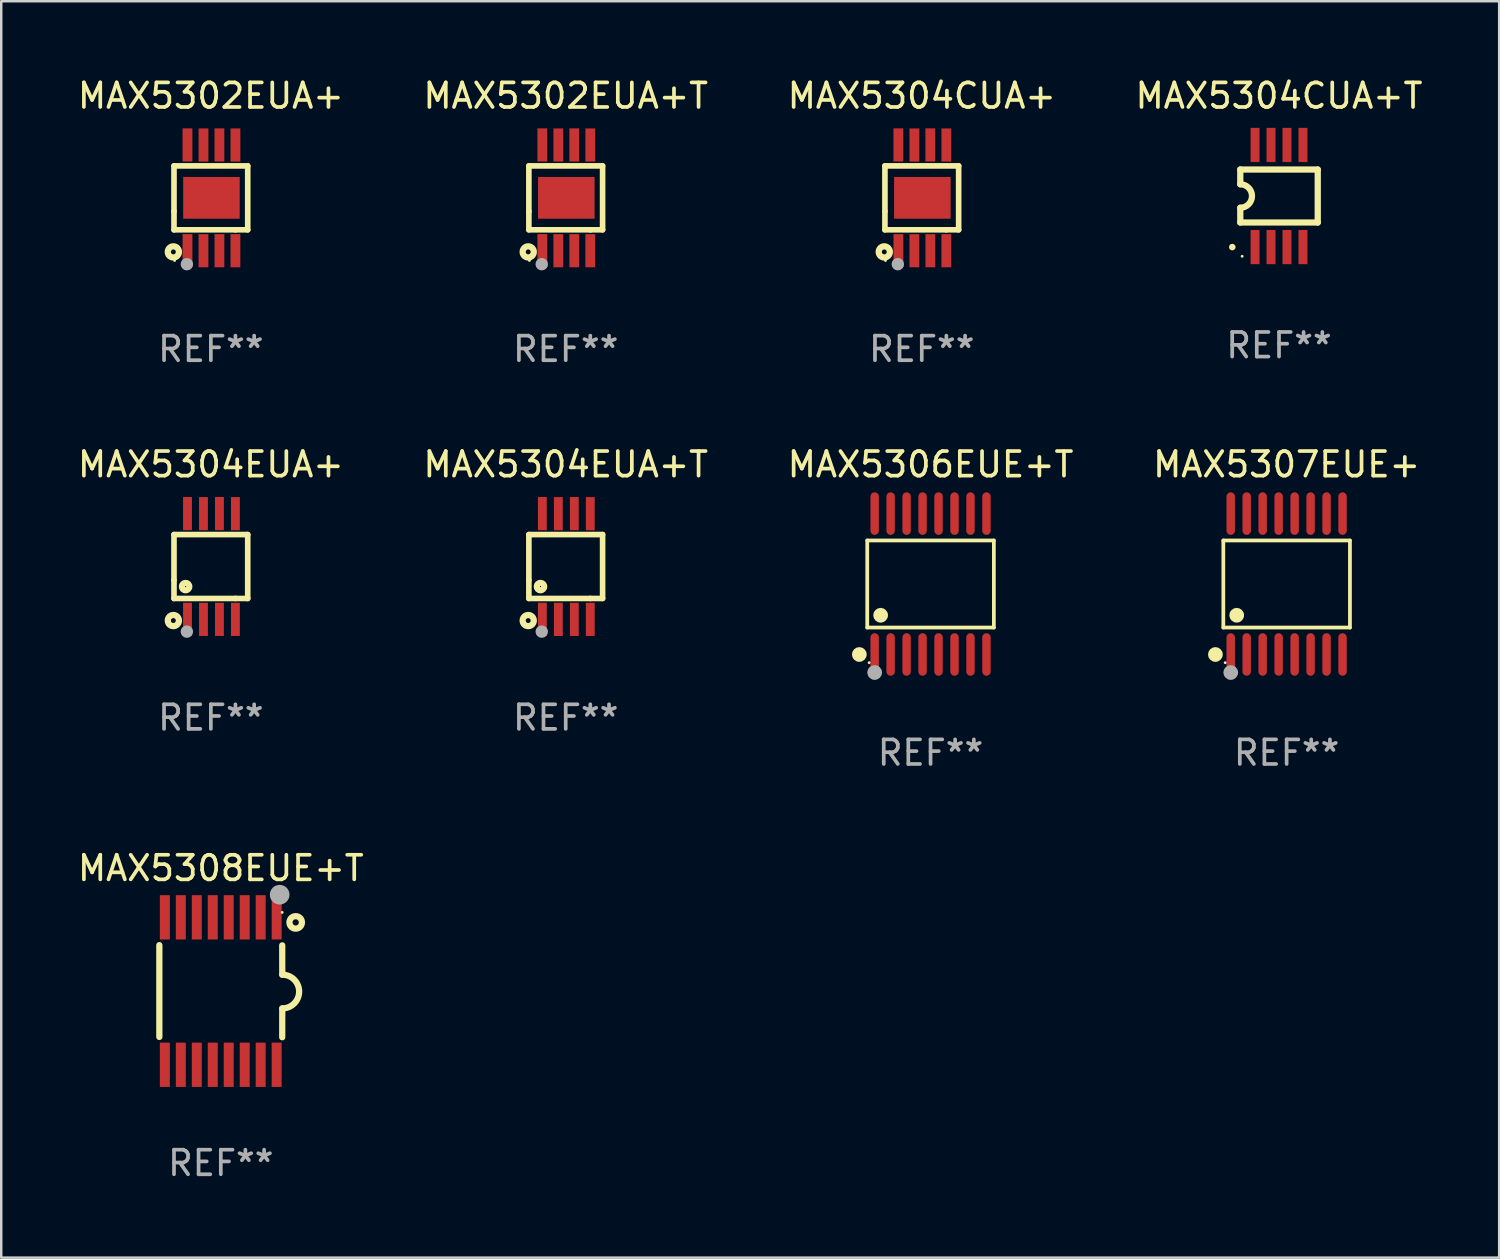
<source format=kicad_pcb>
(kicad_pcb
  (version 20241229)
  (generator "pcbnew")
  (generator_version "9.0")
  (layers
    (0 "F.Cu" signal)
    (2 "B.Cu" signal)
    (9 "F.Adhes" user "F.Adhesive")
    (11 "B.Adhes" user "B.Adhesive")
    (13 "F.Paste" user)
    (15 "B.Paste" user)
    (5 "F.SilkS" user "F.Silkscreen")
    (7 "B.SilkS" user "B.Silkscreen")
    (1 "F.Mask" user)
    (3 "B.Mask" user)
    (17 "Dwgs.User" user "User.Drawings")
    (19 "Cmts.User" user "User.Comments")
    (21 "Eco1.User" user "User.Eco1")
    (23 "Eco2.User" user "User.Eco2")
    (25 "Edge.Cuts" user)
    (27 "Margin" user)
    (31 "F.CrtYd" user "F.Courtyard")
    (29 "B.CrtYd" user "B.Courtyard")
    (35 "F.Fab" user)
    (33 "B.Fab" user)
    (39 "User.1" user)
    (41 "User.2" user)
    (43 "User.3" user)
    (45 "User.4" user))
  (footprint "MAX5304EUA+T"
    (layer "F.Cu")
    (at 19.97 20.001)
    (property "Reference" "MAX5304EUA+T" (at 0 -4.152 0) (layer "F.SilkS") (effects (font (size 1 1) (thickness 0.15))))
    (attr through_hole)
    (fp_line (start -1.5 1.301) (end 1 1.301) (stroke (width 0.229) (type solid)) (layer "F.SilkS"))
    (fp_line (start -1.5 -1.299) (end -1.5 0.551) (stroke (width 0.229) (type solid)) (layer "F.SilkS"))
    (fp_line (start -1.5 0.551) (end -1.5 1.301) (stroke (width 0.229) (type solid)) (layer "F.SilkS"))
    (fp_line (start 1 1.301) (end 1.5 1.301) (stroke (width 0.229) (type solid)) (layer "F.SilkS"))
    (fp_line (start 1.5 1.301) (end 1.5 -1.299) (stroke (width 0.229) (type solid)) (layer "F.SilkS"))
    (fp_line (start 1.5 -1.299) (end -1.5 -1.299) (stroke (width 0.229) (type solid)) (layer "F.SilkS"))
    (fp_circle (center -1.526 2.2) (end -1.426 2.2) (stroke (width 0.254) (type solid)) (fill no) (layer "F.SilkS"))
    (fp_circle (center -1.476 2.45) (end -1.446 2.45) (stroke (width 0.06) (type solid)) (fill no) (layer "F.SilkS"))
    (fp_circle (center -1.028 0.817) (end -0.878 0.817) (stroke (width 0.254) (type solid)) (fill no) (layer "F.SilkS"))
    (fp_circle (center -0.976 2.65) (end -0.849 2.65) (stroke (width 0.254) (type solid)) (fill no) (layer "F.Fab"))
    (fp_text user "REF**" (at 0 6.152 0) (layer "F.Fab") (effects (font (size 1 1) (thickness 0.15))))
    (pad "1" smd rect (at -0.951 2.15) (size 0.36 1.35) (layers "F.Cu" "F.Mask" "F.Paste"))
    (pad "2" smd rect (at -0.301 2.152) (size 0.36 1.35) (layers "F.Cu" "F.Mask" "F.Paste"))
    (pad "3" smd rect (at 0.349 2.151) (size 0.36 1.35) (layers "F.Cu" "F.Mask" "F.Paste"))
    (pad "4" smd rect (at 0.999 2.152) (size 0.36 1.35) (layers "F.Cu" "F.Mask" "F.Paste"))
    (pad "5" smd rect (at 0.999 -2.149) (size 0.36 1.35) (layers "F.Cu" "F.Mask" "F.Paste"))
    (pad "6" smd rect (at 0.349 -2.152) (size 0.36 1.35) (layers "F.Cu" "F.Mask" "F.Paste"))
    (pad "7" smd rect (at -0.301 -2.149) (size 0.36 1.35) (layers "F.Cu" "F.Mask" "F.Paste"))
    (pad "8" smd rect (at -0.951 -2.152) (size 0.36 1.35) (layers "F.Cu" "F.Mask" "F.Paste")))
  (footprint "MAX5308EUE+T"
    (layer "F.Cu")
    (at 5.935 37.277)
    (property "Reference" "MAX5308EUE+T" (at 0 -5 0) (layer "F.SilkS") (effects (font (size 1 1) (thickness 0.15))))
    (attr through_hole)
    (fp_line (start -2.501 -1.868) (end -2.501 1.868) (stroke (width 0.254) (type solid)) (layer "F.SilkS"))
    (fp_line (start 2.499 -1.86) (end 2.501 -0.666) (stroke (width 0.254) (type solid)) (layer "F.SilkS"))
    (fp_line (start 2.501 0.706) (end 2.499 1.88) (stroke (width 0.254) (type solid)) (layer "F.SilkS"))
    (fp_arc (start 2.501448 -0.665914) (mid 3.18725 0.019888) (end 2.501448 0.70569) (stroke (width 0.254001) (type solid)) (layer "F.SilkS"))
    (fp_circle (center 2.497 -3.2) (end 2.527 -3.2) (stroke (width 0.06) (type solid)) (fill no) (layer "F.SilkS"))
    (fp_circle (center 3.047 -2.794) (end 3.301 -2.794) (stroke (width 0.254) (type solid)) (fill no) (layer "F.SilkS"))
    (fp_circle (center 2.395 -3.921) (end 2.595 -3.921) (stroke (width 0.4) (type solid)) (fill no) (layer "F.Fab"))
    (fp_text user "REF**" (at 0 7 0) (layer "F.Fab") (effects (font (size 1 1) (thickness 0.15))))
    (pad "1" smd rect (at 2.272 -3 270) (size 1.803 0.406) (layers "F.Cu" "F.Mask" "F.Paste"))
    (pad "2" smd rect (at 1.622 -3 270) (size 1.803 0.406) (layers "F.Cu" "F.Mask" "F.Paste"))
    (pad "3" smd rect (at 0.972 -3 270) (size 1.803 0.406) (layers "F.Cu" "F.Mask" "F.Paste"))
    (pad "4" smd rect (at 0.322 -3 270) (size 1.803 0.406) (layers "F.Cu" "F.Mask" "F.Paste"))
    (pad "5" smd rect (at -0.328 -3 270) (size 1.803 0.406) (layers "F.Cu" "F.Mask" "F.Paste"))
    (pad "6" smd rect (at -0.978 -3 270) (size 1.803 0.406) (layers "F.Cu" "F.Mask" "F.Paste"))
    (pad "7" smd rect (at -1.628 -3 270) (size 1.803 0.406) (layers "F.Cu" "F.Mask" "F.Paste"))
    (pad "8" smd rect (at -2.278 -3 270) (size 1.803 0.406) (layers "F.Cu" "F.Mask" "F.Paste"))
    (pad "9" smd rect (at -2.278 3 270) (size 1.803 0.406) (layers "F.Cu" "F.Mask" "F.Paste"))
    (pad "10" smd rect (at -1.628 3 270) (size 1.803 0.406) (layers "F.Cu" "F.Mask" "F.Paste"))
    (pad "11" smd rect (at -0.978 3 270) (size 1.803 0.406) (layers "F.Cu" "F.Mask" "F.Paste"))
    (pad "12" smd rect (at -0.328 3 270) (size 1.803 0.406) (layers "F.Cu" "F.Mask" "F.Paste"))
    (pad "13" smd rect (at 0.322 3 270) (size 1.803 0.406) (layers "F.Cu" "F.Mask" "F.Paste"))
    (pad "14" smd rect (at 0.972 3 270) (size 1.803 0.406) (layers "F.Cu" "F.Mask" "F.Paste"))
    (pad "15" smd rect (at 1.622 3 270) (size 1.803 0.406) (layers "F.Cu" "F.Mask" "F.Paste"))
    (pad "16" smd rect (at 2.272 3 270) (size 1.803 0.406) (layers "F.Cu" "F.Mask" "F.Paste")))
  (footprint "MAX5302EUA+T"
    (layer "F.Cu")
    (at 19.97 5)
    (property "Reference" "MAX5302EUA+T" (at 0 -4.152 0) (layer "F.SilkS") (effects (font (size 1 1) (thickness 0.15))))
    (attr through_hole)
    (fp_line (start -1.5 1.301) (end 1 1.301) (stroke (width 0.229) (type solid)) (layer "F.SilkS"))
    (fp_line (start -1.5 -1.299) (end -1.5 0.551) (stroke (width 0.229) (type solid)) (layer "F.SilkS"))
    (fp_line (start -1.5 0.551) (end -1.5 1.301) (stroke (width 0.229) (type solid)) (layer "F.SilkS"))
    (fp_line (start 1 1.301) (end 1.5 1.301) (stroke (width 0.229) (type solid)) (layer "F.SilkS"))
    (fp_line (start 1.5 1.301) (end 1.5 -1.299) (stroke (width 0.229) (type solid)) (layer "F.SilkS"))
    (fp_line (start 1.5 -1.299) (end -1.5 -1.299) (stroke (width 0.229) (type solid)) (layer "F.SilkS"))
    (fp_circle (center -1.526 2.2) (end -1.426 2.2) (stroke (width 0.254) (type solid)) (fill no) (layer "F.SilkS"))
    (fp_circle (center -1.476 2.55) (end -1.446 2.55) (stroke (width 0.06) (type solid)) (fill no) (layer "F.SilkS"))
    (fp_circle (center -0.976 2.7) (end -0.849 2.7) (stroke (width 0.254) (type solid)) (fill no) (layer "F.Fab"))
    (fp_text user "REF**" (at 0 6.152 0) (layer "F.Fab") (effects (font (size 1 1) (thickness 0.15))))
    (pad "1" smd rect (at -0.951 2.15) (size 0.4 1.349) (layers "F.Cu" "F.Mask" "F.Paste"))
    (pad "2" smd rect (at -0.301 2.152) (size 0.4 1.349) (layers "F.Cu" "F.Mask" "F.Paste"))
    (pad "3" smd rect (at 0.349 2.151) (size 0.4 1.349) (layers "F.Cu" "F.Mask" "F.Paste"))
    (pad "4" smd rect (at 0.999 2.152) (size 0.4 1.349) (layers "F.Cu" "F.Mask" "F.Paste"))
    (pad "5" smd rect (at 1 -2.149) (size 0.4 1.349) (layers "F.Cu" "F.Mask" "F.Paste"))
    (pad "6" smd rect (at 0.348 -2.152) (size 0.4 1.349) (layers "F.Cu" "F.Mask" "F.Paste"))
    (pad "7" smd rect (at -0.3 -2.149) (size 0.4 1.349) (layers "F.Cu" "F.Mask" "F.Paste"))
    (pad "8" smd rect (at -0.952 -2.152) (size 0.4 1.349) (layers "F.Cu" "F.Mask" "F.Paste"))
    (pad "9" smd rect (at 0.024 0 90) (size 1.7 2.3) (layers "F.Cu" "F.Mask" "F.Paste")))
  (footprint "MAX5304EUA+"
    (layer "F.Cu")
    (at 5.53 20.001)
    (property "Reference" "MAX5304EUA+" (at 0 -4.152 0) (layer "F.SilkS") (effects (font (size 1 1) (thickness 0.15))))
    (attr through_hole)
    (fp_line (start -1.5 1.301) (end 1 1.301) (stroke (width 0.229) (type solid)) (layer "F.SilkS"))
    (fp_line (start -1.5 -1.299) (end -1.5 0.551) (stroke (width 0.229) (type solid)) (layer "F.SilkS"))
    (fp_line (start -1.5 0.551) (end -1.5 1.301) (stroke (width 0.229) (type solid)) (layer "F.SilkS"))
    (fp_line (start 1 1.301) (end 1.5 1.301) (stroke (width 0.229) (type solid)) (layer "F.SilkS"))
    (fp_line (start 1.5 1.301) (end 1.5 -1.299) (stroke (width 0.229) (type solid)) (layer "F.SilkS"))
    (fp_line (start 1.5 -1.299) (end -1.5 -1.299) (stroke (width 0.229) (type solid)) (layer "F.SilkS"))
    (fp_circle (center -1.526 2.2) (end -1.426 2.2) (stroke (width 0.254) (type solid)) (fill no) (layer "F.SilkS"))
    (fp_circle (center -1.476 2.45) (end -1.446 2.45) (stroke (width 0.06) (type solid)) (fill no) (layer "F.SilkS"))
    (fp_circle (center -1.028 0.817) (end -0.878 0.817) (stroke (width 0.254) (type solid)) (fill no) (layer "F.SilkS"))
    (fp_circle (center -0.976 2.65) (end -0.849 2.65) (stroke (width 0.254) (type solid)) (fill no) (layer "F.Fab"))
    (fp_text user "REF**" (at 0 6.152 0) (layer "F.Fab") (effects (font (size 1 1) (thickness 0.15))))
    (pad "1" smd rect (at -0.951 2.15) (size 0.36 1.35) (layers "F.Cu" "F.Mask" "F.Paste"))
    (pad "2" smd rect (at -0.301 2.152) (size 0.36 1.35) (layers "F.Cu" "F.Mask" "F.Paste"))
    (pad "3" smd rect (at 0.349 2.151) (size 0.36 1.35) (layers "F.Cu" "F.Mask" "F.Paste"))
    (pad "4" smd rect (at 0.999 2.152) (size 0.36 1.35) (layers "F.Cu" "F.Mask" "F.Paste"))
    (pad "5" smd rect (at 0.999 -2.149) (size 0.36 1.35) (layers "F.Cu" "F.Mask" "F.Paste"))
    (pad "6" smd rect (at 0.349 -2.152) (size 0.36 1.35) (layers "F.Cu" "F.Mask" "F.Paste"))
    (pad "7" smd rect (at -0.301 -2.149) (size 0.36 1.35) (layers "F.Cu" "F.Mask" "F.Paste"))
    (pad "8" smd rect (at -0.951 -2.152) (size 0.36 1.35) (layers "F.Cu" "F.Mask" "F.Paste")))
  (footprint "MAX5304CUA+"
    (layer "F.Cu")
    (at 34.458 5)
    (property "Reference" "MAX5304CUA+" (at 0 -4.152 0) (layer "F.SilkS") (effects (font (size 1 1) (thickness 0.15))))
    (attr through_hole)
    (fp_line (start -1.5 1.301) (end 1 1.301) (stroke (width 0.229) (type solid)) (layer "F.SilkS"))
    (fp_line (start -1.5 -1.299) (end -1.5 0.551) (stroke (width 0.229) (type solid)) (layer "F.SilkS"))
    (fp_line (start -1.5 0.551) (end -1.5 1.301) (stroke (width 0.229) (type solid)) (layer "F.SilkS"))
    (fp_line (start 1 1.301) (end 1.5 1.301) (stroke (width 0.229) (type solid)) (layer "F.SilkS"))
    (fp_line (start 1.5 1.301) (end 1.5 -1.299) (stroke (width 0.229) (type solid)) (layer "F.SilkS"))
    (fp_line (start 1.5 -1.299) (end -1.5 -1.299) (stroke (width 0.229) (type solid)) (layer "F.SilkS"))
    (fp_circle (center -1.526 2.2) (end -1.426 2.2) (stroke (width 0.254) (type solid)) (fill no) (layer "F.SilkS"))
    (fp_circle (center -1.476 2.55) (end -1.446 2.55) (stroke (width 0.06) (type solid)) (fill no) (layer "F.SilkS"))
    (fp_circle (center -0.976 2.7) (end -0.849 2.7) (stroke (width 0.254) (type solid)) (fill no) (layer "F.Fab"))
    (fp_text user "REF**" (at 0 6.152 0) (layer "F.Fab") (effects (font (size 1 1) (thickness 0.15))))
    (pad "1" smd rect (at -0.951 2.15) (size 0.4 1.349) (layers "F.Cu" "F.Mask" "F.Paste"))
    (pad "2" smd rect (at -0.301 2.152) (size 0.4 1.349) (layers "F.Cu" "F.Mask" "F.Paste"))
    (pad "3" smd rect (at 0.349 2.151) (size 0.4 1.349) (layers "F.Cu" "F.Mask" "F.Paste"))
    (pad "4" smd rect (at 0.999 2.152) (size 0.4 1.349) (layers "F.Cu" "F.Mask" "F.Paste"))
    (pad "5" smd rect (at 1 -2.149) (size 0.4 1.349) (layers "F.Cu" "F.Mask" "F.Paste"))
    (pad "6" smd rect (at 0.348 -2.152) (size 0.4 1.349) (layers "F.Cu" "F.Mask" "F.Paste"))
    (pad "7" smd rect (at -0.3 -2.149) (size 0.4 1.349) (layers "F.Cu" "F.Mask" "F.Paste"))
    (pad "8" smd rect (at -0.952 -2.152) (size 0.4 1.349) (layers "F.Cu" "F.Mask" "F.Paste"))
    (pad "9" smd rect (at 0.024 0 90) (size 1.7 2.3) (layers "F.Cu" "F.Mask" "F.Paste")))
  (footprint "MAX5307EUE+"
    (layer "F.Cu")
    (at 49.304 20.715)
    (property "Reference" "MAX5307EUE+" (at 0 -4.866 0) (layer "F.SilkS") (effects (font (size 1 1) (thickness 0.15))))
    (attr through_hole)
    (fp_line (start -2.576 -1.772) (end 2.576 -1.772) (stroke (width 0.152) (type solid)) (layer "F.SilkS"))
    (fp_line (start -2.576 1.771) (end -2.576 -1.772) (stroke (width 0.152) (type solid)) (layer "F.SilkS"))
    (fp_line (start 2.576 -1.772) (end 2.576 1.771) (stroke (width 0.152) (type solid)) (layer "F.SilkS"))
    (fp_line (start 2.576 1.771) (end -2.576 1.771) (stroke (width 0.152) (type solid)) (layer "F.SilkS"))
    (fp_circle (center -2.899 2.866) (end -2.749 2.866) (stroke (width 0.3) (type solid)) (fill no) (layer "F.SilkS"))
    (fp_circle (center -2.5 3.2) (end -2.47 3.2) (stroke (width 0.06) (type solid)) (fill no) (layer "F.SilkS"))
    (fp_circle (center -2.032 1.27) (end -1.882 1.27) (stroke (width 0.3) (type solid)) (fill no) (layer "F.SilkS"))
    (fp_circle (center -2.275 3.6) (end -2.125 3.6) (stroke (width 0.3) (type solid)) (fill no) (layer "F.Fab"))
    (fp_text user "REF**" (at 0 6.866 0) (layer "F.Fab") (effects (font (size 1 1) (thickness 0.15))))
    (pad "1" smd oval (at -2.275 2.866) (size 0.343 1.731) (layers "F.Cu" "F.Mask" "F.Paste"))
    (pad "2" smd oval (at -1.625 2.866) (size 0.343 1.731) (layers "F.Cu" "F.Mask" "F.Paste"))
    (pad "3" smd oval (at -0.975 2.866) (size 0.343 1.731) (layers "F.Cu" "F.Mask" "F.Paste"))
    (pad "4" smd oval (at -0.325 2.866) (size 0.343 1.731) (layers "F.Cu" "F.Mask" "F.Paste"))
    (pad "5" smd oval (at 0.325 2.866) (size 0.343 1.731) (layers "F.Cu" "F.Mask" "F.Paste"))
    (pad "6" smd oval (at 0.975 2.866) (size 0.343 1.731) (layers "F.Cu" "F.Mask" "F.Paste"))
    (pad "7" smd oval (at 1.625 2.866) (size 0.343 1.731) (layers "F.Cu" "F.Mask" "F.Paste"))
    (pad "8" smd oval (at 2.275 2.866) (size 0.343 1.731) (layers "F.Cu" "F.Mask" "F.Paste"))
    (pad "9" smd oval (at 2.275 -2.866) (size 0.343 1.731) (layers "F.Cu" "F.Mask" "F.Paste"))
    (pad "10" smd oval (at 1.625 -2.866) (size 0.343 1.731) (layers "F.Cu" "F.Mask" "F.Paste"))
    (pad "11" smd oval (at 0.975 -2.866) (size 0.343 1.731) (layers "F.Cu" "F.Mask" "F.Paste"))
    (pad "12" smd oval (at 0.325 -2.866) (size 0.343 1.731) (layers "F.Cu" "F.Mask" "F.Paste"))
    (pad "13" smd oval (at -0.325 -2.866) (size 0.343 1.731) (layers "F.Cu" "F.Mask" "F.Paste"))
    (pad "14" smd oval (at -0.975 -2.866) (size 0.343 1.731) (layers "F.Cu" "F.Mask" "F.Paste"))
    (pad "15" smd oval (at -1.625 -2.866) (size 0.343 1.731) (layers "F.Cu" "F.Mask" "F.Paste"))
    (pad "16" smd oval (at -2.275 -2.866) (size 0.343 1.731) (layers "F.Cu" "F.Mask" "F.Paste")))
  (footprint "MAX5302EUA+"
    (layer "F.Cu")
    (at 5.53 5)
    (property "Reference" "MAX5302EUA+" (at 0 -4.152 0) (layer "F.SilkS") (effects (font (size 1 1) (thickness 0.15))))
    (attr through_hole)
    (fp_line (start -1.5 1.301) (end 1 1.301) (stroke (width 0.229) (type solid)) (layer "F.SilkS"))
    (fp_line (start -1.5 -1.299) (end -1.5 0.551) (stroke (width 0.229) (type solid)) (layer "F.SilkS"))
    (fp_line (start -1.5 0.551) (end -1.5 1.301) (stroke (width 0.229) (type solid)) (layer "F.SilkS"))
    (fp_line (start 1 1.301) (end 1.5 1.301) (stroke (width 0.229) (type solid)) (layer "F.SilkS"))
    (fp_line (start 1.5 1.301) (end 1.5 -1.299) (stroke (width 0.229) (type solid)) (layer "F.SilkS"))
    (fp_line (start 1.5 -1.299) (end -1.5 -1.299) (stroke (width 0.229) (type solid)) (layer "F.SilkS"))
    (fp_circle (center -1.526 2.2) (end -1.426 2.2) (stroke (width 0.254) (type solid)) (fill no) (layer "F.SilkS"))
    (fp_circle (center -1.476 2.55) (end -1.446 2.55) (stroke (width 0.06) (type solid)) (fill no) (layer "F.SilkS"))
    (fp_circle (center -0.976 2.7) (end -0.849 2.7) (stroke (width 0.254) (type solid)) (fill no) (layer "F.Fab"))
    (fp_text user "REF**" (at 0 6.152 0) (layer "F.Fab") (effects (font (size 1 1) (thickness 0.15))))
    (pad "1" smd rect (at -0.951 2.15) (size 0.4 1.349) (layers "F.Cu" "F.Mask" "F.Paste"))
    (pad "2" smd rect (at -0.301 2.152) (size 0.4 1.349) (layers "F.Cu" "F.Mask" "F.Paste"))
    (pad "3" smd rect (at 0.349 2.151) (size 0.4 1.349) (layers "F.Cu" "F.Mask" "F.Paste"))
    (pad "4" smd rect (at 0.999 2.152) (size 0.4 1.349) (layers "F.Cu" "F.Mask" "F.Paste"))
    (pad "5" smd rect (at 1 -2.149) (size 0.4 1.349) (layers "F.Cu" "F.Mask" "F.Paste"))
    (pad "6" smd rect (at 0.348 -2.152) (size 0.4 1.349) (layers "F.Cu" "F.Mask" "F.Paste"))
    (pad "7" smd rect (at -0.3 -2.149) (size 0.4 1.349) (layers "F.Cu" "F.Mask" "F.Paste"))
    (pad "8" smd rect (at -0.952 -2.152) (size 0.4 1.349) (layers "F.Cu" "F.Mask" "F.Paste"))
    (pad "9" smd rect (at 0.024 0 90) (size 1.7 2.3) (layers "F.Cu" "F.Mask" "F.Paste")))
  (footprint "MAX5304CUA+T"
    (layer "F.Cu")
    (at 48.994 4.926)
    (property "Reference" "MAX5304CUA+T" (at 0 -4.078 0) (layer "F.SilkS") (effects (font (size 1 1) (thickness 0.15))))
    (attr through_hole)
    (fp_line (start -1.576 -1.078) (end -1.576 -0.478) (stroke (width 0.254) (type solid)) (layer "F.SilkS"))
    (fp_line (start -1.576 -1.078) (end 1.576 -1.078) (stroke (width 0.254) (type solid)) (layer "F.SilkS"))
    (fp_line (start -1.576 1.078) (end -1.576 0.478) (stroke (width 0.254) (type solid)) (layer "F.SilkS"))
    (fp_line (start 1.576 -1.078) (end 1.576 1.078) (stroke (width 0.254) (type solid)) (layer "F.SilkS"))
    (fp_line (start 1.576 1.078) (end -1.576 1.078) (stroke (width 0.254) (type solid)) (layer "F.SilkS"))
    (fp_arc (start -1.577343 -0.47752) (mid -1.099721 -0.000481) (end -1.5762 0.477699) (stroke (width 0.254001) (type solid)) (layer "F.SilkS"))
    (fp_circle (center -1.901 2.078) (end -1.834 2.078) (stroke (width 0.134) (type solid)) (fill no) (layer "F.SilkS"))
    (fp_circle (center -1.5 2.452) (end -1.47 2.452) (stroke (width 0.06) (type solid)) (fill no) (layer "F.SilkS"))
    (fp_text user "REF**" (at 0 6.078 0) (layer "F.Fab") (effects (font (size 1 1) (thickness 0.15))))
    (pad "1" smd rect (at -0.975 2.078) (size 0.364 1.391) (layers "F.Cu" "F.Mask" "F.Paste"))
    (pad "2" smd rect (at -0.325 2.078) (size 0.364 1.391) (layers "F.Cu" "F.Mask" "F.Paste"))
    (pad "3" smd rect (at 0.325 2.078) (size 0.364 1.391) (layers "F.Cu" "F.Mask" "F.Paste"))
    (pad "4" smd rect (at 0.975 2.078) (size 0.364 1.391) (layers "F.Cu" "F.Mask" "F.Paste"))
    (pad "5" smd rect (at 0.975 -2.078) (size 0.364 1.391) (layers "F.Cu" "F.Mask" "F.Paste"))
    (pad "6" smd rect (at 0.325 -2.078) (size 0.364 1.391) (layers "F.Cu" "F.Mask" "F.Paste"))
    (pad "7" smd rect (at -0.325 -2.078) (size 0.364 1.391) (layers "F.Cu" "F.Mask" "F.Paste"))
    (pad "8" smd rect (at -0.975 -2.078) (size 0.364 1.391) (layers "F.Cu" "F.Mask" "F.Paste")))
  (footprint "MAX5306EUE+T"
    (layer "F.Cu")
    (at 34.815 20.715)
    (property "Reference" "MAX5306EUE+T" (at 0 -4.866 0) (layer "F.SilkS") (effects (font (size 1 1) (thickness 0.15))))
    (attr through_hole)
    (fp_line (start -2.576 -1.772) (end 2.576 -1.772) (stroke (width 0.152) (type solid)) (layer "F.SilkS"))
    (fp_line (start -2.576 1.771) (end -2.576 -1.772) (stroke (width 0.152) (type solid)) (layer "F.SilkS"))
    (fp_line (start 2.576 -1.772) (end 2.576 1.771) (stroke (width 0.152) (type solid)) (layer "F.SilkS"))
    (fp_line (start 2.576 1.771) (end -2.576 1.771) (stroke (width 0.152) (type solid)) (layer "F.SilkS"))
    (fp_circle (center -2.899 2.866) (end -2.749 2.866) (stroke (width 0.3) (type solid)) (fill no) (layer "F.SilkS"))
    (fp_circle (center -2.5 3.2) (end -2.47 3.2) (stroke (width 0.06) (type solid)) (fill no) (layer "F.SilkS"))
    (fp_circle (center -2.032 1.27) (end -1.882 1.27) (stroke (width 0.3) (type solid)) (fill no) (layer "F.SilkS"))
    (fp_circle (center -2.275 3.6) (end -2.125 3.6) (stroke (width 0.3) (type solid)) (fill no) (layer "F.Fab"))
    (fp_text user "REF**" (at 0 6.866 0) (layer "F.Fab") (effects (font (size 1 1) (thickness 0.15))))
    (pad "1" smd oval (at -2.275 2.866) (size 0.343 1.731) (layers "F.Cu" "F.Mask" "F.Paste"))
    (pad "2" smd oval (at -1.625 2.866) (size 0.343 1.731) (layers "F.Cu" "F.Mask" "F.Paste"))
    (pad "3" smd oval (at -0.975 2.866) (size 0.343 1.731) (layers "F.Cu" "F.Mask" "F.Paste"))
    (pad "4" smd oval (at -0.325 2.866) (size 0.343 1.731) (layers "F.Cu" "F.Mask" "F.Paste"))
    (pad "5" smd oval (at 0.325 2.866) (size 0.343 1.731) (layers "F.Cu" "F.Mask" "F.Paste"))
    (pad "6" smd oval (at 0.975 2.866) (size 0.343 1.731) (layers "F.Cu" "F.Mask" "F.Paste"))
    (pad "7" smd oval (at 1.625 2.866) (size 0.343 1.731) (layers "F.Cu" "F.Mask" "F.Paste"))
    (pad "8" smd oval (at 2.275 2.866) (size 0.343 1.731) (layers "F.Cu" "F.Mask" "F.Paste"))
    (pad "9" smd oval (at 2.275 -2.866) (size 0.343 1.731) (layers "F.Cu" "F.Mask" "F.Paste"))
    (pad "10" smd oval (at 1.625 -2.866) (size 0.343 1.731) (layers "F.Cu" "F.Mask" "F.Paste"))
    (pad "11" smd oval (at 0.975 -2.866) (size 0.343 1.731) (layers "F.Cu" "F.Mask" "F.Paste"))
    (pad "12" smd oval (at 0.325 -2.866) (size 0.343 1.731) (layers "F.Cu" "F.Mask" "F.Paste"))
    (pad "13" smd oval (at -0.325 -2.866) (size 0.343 1.731) (layers "F.Cu" "F.Mask" "F.Paste"))
    (pad "14" smd oval (at -0.975 -2.866) (size 0.343 1.731) (layers "F.Cu" "F.Mask" "F.Paste"))
    (pad "15" smd oval (at -1.625 -2.866) (size 0.343 1.731) (layers "F.Cu" "F.Mask" "F.Paste"))
    (pad "16" smd oval (at -2.275 -2.866) (size 0.343 1.731) (layers "F.Cu" "F.Mask" "F.Paste")))
  (gr_rect
    (start -3 -3)
    (end 57.952 48.125)
    (stroke (width 0.1) (type default))
    (fill no)
    (layer "Edge.Cuts")))
</source>
